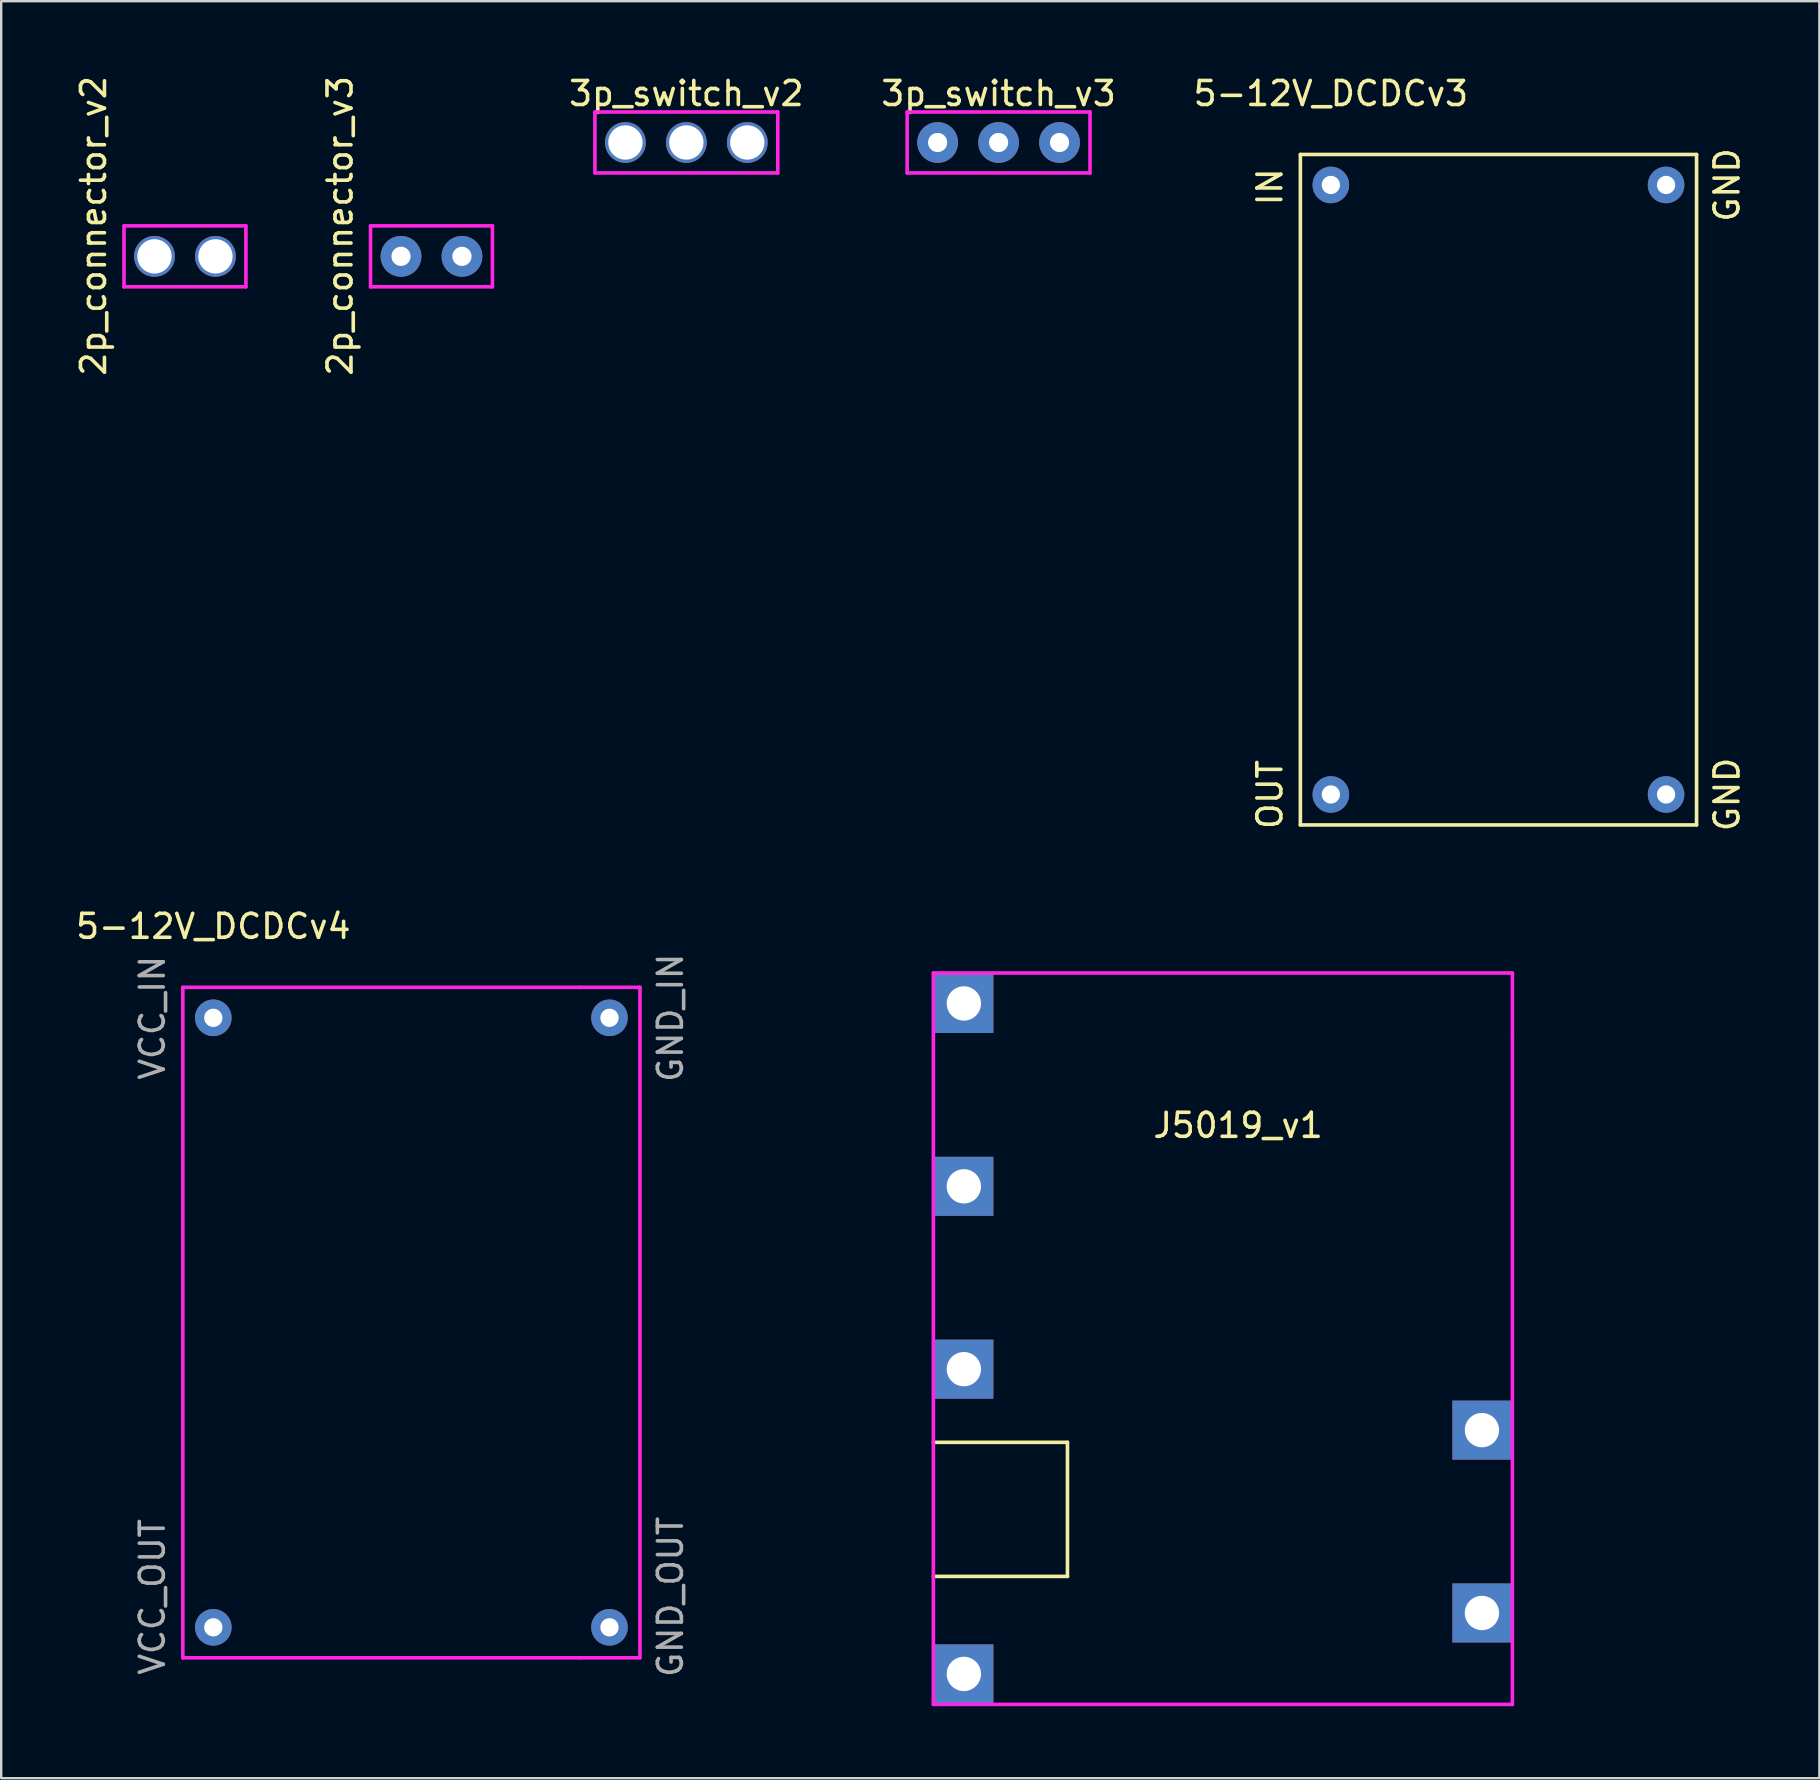
<source format=kicad_pcb>
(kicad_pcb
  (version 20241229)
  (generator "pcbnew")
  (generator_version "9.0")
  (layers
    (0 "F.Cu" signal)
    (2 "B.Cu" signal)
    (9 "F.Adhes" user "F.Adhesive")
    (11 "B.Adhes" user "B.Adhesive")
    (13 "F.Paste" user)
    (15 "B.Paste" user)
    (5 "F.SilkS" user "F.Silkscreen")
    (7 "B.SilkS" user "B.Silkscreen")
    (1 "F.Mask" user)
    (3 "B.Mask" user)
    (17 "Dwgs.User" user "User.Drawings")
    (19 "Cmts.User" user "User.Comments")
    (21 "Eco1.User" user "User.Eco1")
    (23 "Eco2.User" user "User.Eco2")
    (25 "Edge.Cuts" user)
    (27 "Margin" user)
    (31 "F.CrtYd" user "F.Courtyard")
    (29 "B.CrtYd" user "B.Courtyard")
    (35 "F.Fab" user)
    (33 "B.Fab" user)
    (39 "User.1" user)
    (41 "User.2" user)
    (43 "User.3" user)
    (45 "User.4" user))
  (footprint "5-12V_DCDCv4"
    (layer "F.Cu")
    (at 5.839 39.365)
    (property "Reference" "5-12V_DCDCv4" (at 0 -3.81 0) (layer "F.SilkS") (effects (font (size 1 1) (thickness 0.15))))
    (attr through_hole)
    (fp_line (start -1.27 -1.27) (end 15.24 -1.27) (stroke (width 0.15) (type solid)) (layer "F.CrtYd"))
    (fp_line (start -1.27 26.67) (end -1.27 -1.27) (stroke (width 0.15) (type solid)) (layer "F.CrtYd"))
    (fp_line (start 15.24 26.67) (end -1.27 26.67) (stroke (width 0.15) (type solid)) (layer "F.CrtYd"))
    (fp_line (start 17.78 -1.27) (end 15.24 -1.27) (stroke (width 0.15) (type solid)) (layer "F.CrtYd"))
    (fp_line (start 17.78 -1.27) (end 17.78 26.67) (stroke (width 0.15) (type solid)) (layer "F.CrtYd"))
    (fp_line (start 17.78 26.67) (end 15.24 26.67) (stroke (width 0.15) (type solid)) (layer "F.CrtYd"))
    (fp_text user "GND_IN" (at 19.05 0 90) (layer "F.Fab") (effects (font (size 1 1) (thickness 0.15))))
    (fp_text user "VCC_OUT" (at -2.54 24.13 90) (layer "F.Fab") (effects (font (size 1 1) (thickness 0.15))))
    (fp_text user "VCC_IN" (at -2.54 0 90) (layer "F.Fab") (effects (font (size 1 1) (thickness 0.15))))
    (fp_text user "GND_OUT" (at 19.05 24.13 90) (layer "F.Fab") (effects (font (size 1 1) (thickness 0.15))))
    (pad "1" thru_hole circle (at 0 25.4) (size 1.524 1.524) (drill 0.762) (layers "*.Cu" "*.Mask"))
    (pad "2" thru_hole circle (at 0 0) (size 1.524 1.524) (drill 0.762) (layers "*.Cu" "*.Mask"))
    (pad "3" thru_hole circle (at 16.51 0) (size 1.524 1.524) (drill 0.762) (layers "*.Cu" "*.Mask"))
    (pad "4" thru_hole circle (at 16.51 25.4) (size 1.524 1.524) (drill 0.762) (layers "*.Cu" "*.Mask")))
  (footprint "2p_connector_v2"
    (layer "F.Cu")
    (at 5.928 5.093)
    (property "Reference" "2p_connector_v2" (at -5.08 1.27 90) (layer "F.SilkS") (effects (font (size 1 1) (thickness 0.15))))
    (attr through_hole)
    (fp_line (start -3.81 1.27) (end 1.27 1.27) (stroke (width 0.15) (type solid)) (layer "F.CrtYd"))
    (fp_line (start -3.81 3.81) (end -3.81 1.27) (stroke (width 0.15) (type solid)) (layer "F.CrtYd"))
    (fp_line (start 1.27 1.27) (end 1.27 3.81) (stroke (width 0.15) (type solid)) (layer "F.CrtYd"))
    (fp_line (start 1.27 3.81) (end -3.81 3.81) (stroke (width 0.15) (type solid)) (layer "F.CrtYd"))
    (pad "1" thru_hole circle (at -2.54 2.54) (size 1.7 1.7) (drill 1.43) (layers "*.Cu" "*.Mask"))
    (pad "2" thru_hole circle (at 0 2.54) (size 1.7 1.7) (drill 1.43) (layers "*.Cu" "*.Mask")))
  (footprint "2p_connector_v3"
    (layer "F.Cu")
    (at 16.201 5.093)
    (property "Reference" "2p_connector_v3" (at -5.08 1.27 90) (layer "F.SilkS") (effects (font (size 1 1) (thickness 0.15))))
    (attr through_hole)
    (fp_line (start -3.81 1.27) (end 1.27 1.27) (stroke (width 0.15) (type solid)) (layer "F.CrtYd"))
    (fp_line (start -3.81 3.81) (end -3.81 1.27) (stroke (width 0.15) (type solid)) (layer "F.CrtYd"))
    (fp_line (start 1.27 1.27) (end 1.27 3.81) (stroke (width 0.15) (type solid)) (layer "F.CrtYd"))
    (fp_line (start 1.27 3.81) (end -3.81 3.81) (stroke (width 0.15) (type solid)) (layer "F.CrtYd"))
    (pad "1" thru_hole circle (at -2.54 2.54) (size 1.7 1.7) (drill 0.8) (layers "*.Cu" "*.Mask"))
    (pad "2" thru_hole circle (at 0 2.54) (size 1.7 1.7) (drill 0.8) (layers "*.Cu" "*.Mask")))
  (footprint "3p_switch_v3"
    (layer "F.Cu")
    (at 38.564 0.348)
    (property "Reference" "3p_switch_v3" (at 0 0.5 0) (layer "F.SilkS") (effects (font (size 1 1) (thickness 0.15))))
    (attr through_hole)
    (fp_line (start -3.81 1.27) (end 3.81 1.27) (stroke (width 0.15) (type solid)) (layer "F.CrtYd"))
    (fp_line (start -3.81 3.81) (end -3.81 1.27) (stroke (width 0.15) (type solid)) (layer "F.CrtYd"))
    (fp_line (start 3.81 1.27) (end 3.81 3.81) (stroke (width 0.15) (type solid)) (layer "F.CrtYd"))
    (fp_line (start 3.81 3.81) (end -3.81 3.81) (stroke (width 0.15) (type solid)) (layer "F.CrtYd"))
    (pad "1" thru_hole circle (at -2.54 2.54) (size 1.7 1.7) (drill 0.8) (layers "*.Cu" "*.Mask"))
    (pad "2" thru_hole circle (at 0 2.54) (size 1.7 1.7) (drill 0.8) (layers "*.Cu" "*.Mask"))
    (pad "3" thru_hole circle (at 2.54 2.54) (size 1.7 1.7) (drill 0.8) (layers "*.Cu" "*.Mask")))
  (footprint "3p_switch_v2"
    (layer "F.Cu")
    (at 25.552 0.348)
    (property "Reference" "3p_switch_v2" (at 0 0.5 0) (layer "F.SilkS") (effects (font (size 1 1) (thickness 0.15))))
    (attr through_hole)
    (fp_line (start -3.81 1.27) (end 3.81 1.27) (stroke (width 0.15) (type solid)) (layer "F.CrtYd"))
    (fp_line (start -3.81 3.81) (end -3.81 1.27) (stroke (width 0.15) (type solid)) (layer "F.CrtYd"))
    (fp_line (start 3.81 1.27) (end 3.81 3.81) (stroke (width 0.15) (type solid)) (layer "F.CrtYd"))
    (fp_line (start 3.81 3.81) (end -3.81 3.81) (stroke (width 0.15) (type solid)) (layer "F.CrtYd"))
    (pad "1" thru_hole circle (at -2.54 2.54) (size 1.7 1.7) (drill 1.43) (layers "*.Cu" "*.Mask"))
    (pad "2" thru_hole circle (at 0 2.54) (size 1.7 1.7) (drill 1.43) (layers "*.Cu" "*.Mask"))
    (pad "3" thru_hole circle (at 2.54 2.54) (size 1.7 1.7) (drill 1.43) (layers "*.Cu" "*.Mask")))
  (footprint "5-12V_DCDCv3"
    (layer "F.Cu")
    (at 52.41 4.658)
    (property "Reference" "5-12V_DCDCv3" (at 0 -3.81 0) (layer "F.SilkS") (effects (font (size 1 1) (thickness 0.15))))
    (attr through_hole)
    (fp_line (start -1.27 -1.27) (end 15.24 -1.27) (stroke (width 0.15) (type solid)) (layer "F.SilkS"))
    (fp_line (start -1.27 26.67) (end -1.27 -1.27) (stroke (width 0.15) (type solid)) (layer "F.SilkS"))
    (fp_line (start 15.24 -1.27) (end 15.24 26.67) (stroke (width 0.15) (type solid)) (layer "F.SilkS"))
    (fp_line (start 15.24 26.67) (end -1.27 26.67) (stroke (width 0.15) (type solid)) (layer "F.SilkS"))
    (fp_text user "IN" (at -2.54 0.077 90) (layer "F.SilkS") (effects (font (size 1 1) (thickness 0.15))))
    (fp_text user "GND" (at 16.51 0 270) (layer "F.SilkS") (effects (font (size 1 1) (thickness 0.15))))
    (fp_text user "GND" (at 16.51 25.4 90) (layer "F.SilkS") (effects (font (size 1 1) (thickness 0.15))))
    (fp_text user "OUT" (at -2.54 25.4 90) (layer "F.SilkS") (effects (font (size 1 1) (thickness 0.15))))
    (pad "1" thru_hole circle (at 0 25.4) (size 1.524 1.524) (drill 0.762) (layers "*.Cu" "*.Mask"))
    (pad "2" thru_hole circle (at 0 0) (size 1.524 1.524) (drill 0.762) (layers "*.Cu" "*.Mask"))
    (pad "3" thru_hole circle (at 13.97 0) (size 1.524 1.524) (drill 0.762) (layers "*.Cu" "*.Mask"))
    (pad "4" thru_hole circle (at 13.97 25.4) (size 1.524 1.524) (drill 0.762) (layers "*.Cu" "*.Mask")))
  (footprint "J5019_v1"
    (layer "F.Cu")
    (at 28.988 34.957)
    (property "Reference" "J5019_v1" (at 19.558 8.89 0) (layer "F.SilkS") (effects (font (size 1 1) (thickness 0.15))))
    (attr through_hole)
    (fp_line (start 6.858 22.098) (end 12.446 22.098) (stroke (width 0.15) (type solid)) (layer "F.SilkS"))
    (fp_line (start 12.446 22.098) (end 12.446 27.686) (stroke (width 0.15) (type solid)) (layer "F.SilkS"))
    (fp_line (start 12.446 27.686) (end 6.858 27.686) (stroke (width 0.15) (type solid)) (layer "F.SilkS"))
    (fp_line (start 6.858 2.54) (end 6.858 33.02) (stroke (width 0.15) (type solid)) (layer "F.CrtYd"))
    (fp_line (start 6.858 33.02) (end 30.988 33.02) (stroke (width 0.15) (type solid)) (layer "F.CrtYd"))
    (fp_line (start 30.988 2.54) (end 6.858 2.54) (stroke (width 0.15) (type solid)) (layer "F.CrtYd"))
    (fp_line (start 30.988 5.08) (end 30.988 2.54) (stroke (width 0.15) (type solid)) (layer "F.CrtYd"))
    (fp_line (start 30.988 5.08) (end 30.988 33.02) (stroke (width 0.15) (type solid)) (layer "F.CrtYd"))
    (pad "1" thru_hole rect (at 8.128 11.43) (size 2.46 2.46) (drill 1.43) (layers "*.Cu" "*.Mask"))
    (pad "2" thru_hole rect (at 29.718 29.21) (size 2.46 2.46) (drill 1.43) (layers "*.Cu" "*.Mask"))
    (pad "3" thru_hole rect (at 29.718 21.59) (size 2.46 2.46) (drill 1.43) (layers "*.Cu" "*.Mask"))
    (pad "4" thru_hole rect (at 8.128 3.81) (size 2.46 2.46) (drill 1.43) (layers "*.Cu" "*.Mask"))
    (pad "5" thru_hole rect (at 8.128 19.05) (size 2.46 2.46) (drill 1.43) (layers "*.Cu" "*.Mask"))
    (pad "6" thru_hole rect (at 8.128 31.75) (size 2.46 2.46) (drill 1.43) (layers "*.Cu" "*.Mask")))
  (gr_rect
    (start -3 -3)
    (end 72.768 71.052)
    (stroke (width 0.1) (type default))
    (fill no)
    (layer "Edge.Cuts")))
</source>
